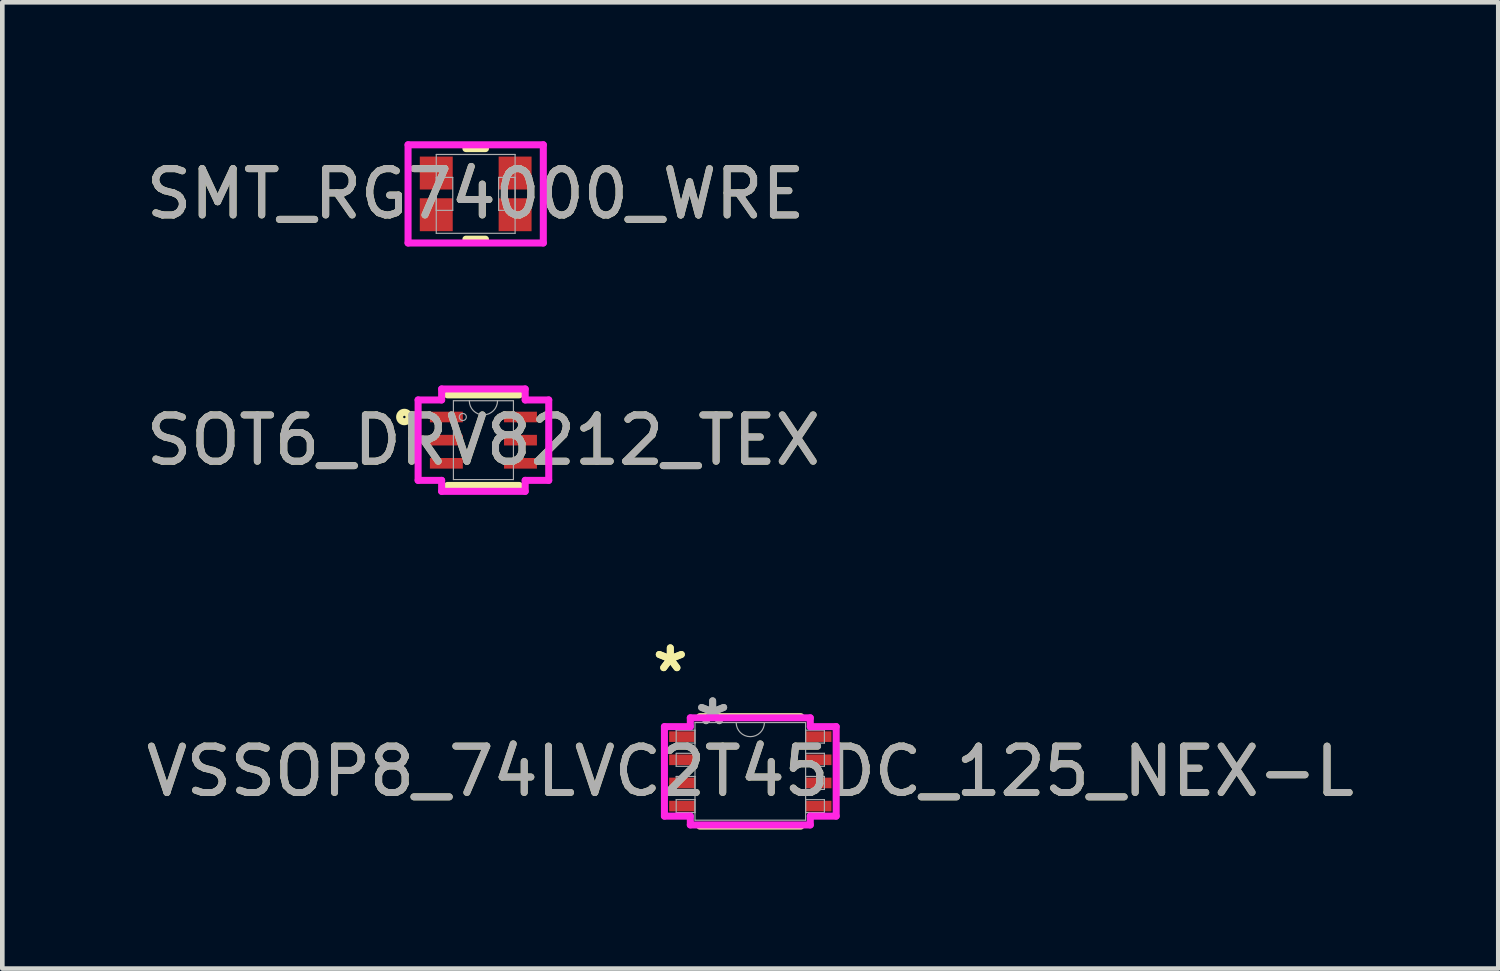
<source format=kicad_pcb>
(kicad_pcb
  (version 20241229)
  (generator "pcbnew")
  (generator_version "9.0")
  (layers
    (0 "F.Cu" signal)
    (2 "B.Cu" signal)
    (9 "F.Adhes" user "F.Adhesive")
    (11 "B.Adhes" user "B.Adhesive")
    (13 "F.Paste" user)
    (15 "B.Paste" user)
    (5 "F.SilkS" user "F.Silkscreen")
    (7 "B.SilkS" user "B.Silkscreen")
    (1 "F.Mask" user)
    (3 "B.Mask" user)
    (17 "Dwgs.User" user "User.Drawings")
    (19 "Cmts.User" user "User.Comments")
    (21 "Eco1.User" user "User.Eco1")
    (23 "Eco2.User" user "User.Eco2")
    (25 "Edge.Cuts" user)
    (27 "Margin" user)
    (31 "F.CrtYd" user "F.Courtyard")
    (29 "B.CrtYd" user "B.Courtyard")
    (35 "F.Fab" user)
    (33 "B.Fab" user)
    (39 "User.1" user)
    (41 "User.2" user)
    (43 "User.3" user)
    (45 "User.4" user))
  (footprint "SMT_RG74000_WRE"
    (layer "F.Cu")
    (at 7.22 1.136)
    (property "Reference" "SMT_RG74000_WRE" (at 0 0 0) (unlocked yes) (layer "F.SilkS") (effects (font (size 1 1) (thickness 0.15))))
    (attr smd)
    (fp_line (start -0.211 0.978) (end 0.211 0.978) (stroke (width 0.152) (type solid)) (layer "F.SilkS"))
    (fp_line (start 0.211 -0.978) (end -0.211 -0.978) (stroke (width 0.152) (type solid)) (layer "F.SilkS"))
    (fp_line (start -1.46 -1.06) (end 1.46 -1.06) (stroke (width 0.152) (type solid)) (layer "F.CrtYd"))
    (fp_line (start -1.46 1.06) (end -1.46 -1.06) (stroke (width 0.152) (type solid)) (layer "F.CrtYd"))
    (fp_line (start 1.46 -1.06) (end 1.46 1.06) (stroke (width 0.152) (type solid)) (layer "F.CrtYd"))
    (fp_line (start 1.46 1.06) (end -1.46 1.06) (stroke (width 0.152) (type solid)) (layer "F.CrtYd"))
    (fp_line (start -0.851 -0.851) (end -0.851 0.851) (stroke (width 0.025) (type solid)) (layer "F.Fab"))
    (fp_line (start -0.851 -0.356) (end -0.851 0.356) (stroke (width 0.025) (type solid)) (layer "F.Fab"))
    (fp_line (start -0.851 0.356) (end -0.495 0.356) (stroke (width 0.025) (type solid)) (layer "F.Fab"))
    (fp_line (start -0.851 0.851) (end 0.851 0.851) (stroke (width 0.025) (type solid)) (layer "F.Fab"))
    (fp_line (start -0.495 -0.356) (end -0.851 -0.356) (stroke (width 0.025) (type solid)) (layer "F.Fab"))
    (fp_line (start -0.495 0.356) (end -0.495 -0.356) (stroke (width 0.025) (type solid)) (layer "F.Fab"))
    (fp_line (start 0.495 -0.356) (end 0.495 0.356) (stroke (width 0.025) (type solid)) (layer "F.Fab"))
    (fp_line (start 0.495 0.356) (end 0.851 0.356) (stroke (width 0.025) (type solid)) (layer "F.Fab"))
    (fp_line (start 0.851 -0.851) (end -0.851 -0.851) (stroke (width 0.025) (type solid)) (layer "F.Fab"))
    (fp_line (start 0.851 -0.356) (end 0.495 -0.356) (stroke (width 0.025) (type solid)) (layer "F.Fab"))
    (fp_line (start 0.851 0.356) (end 0.851 -0.356) (stroke (width 0.025) (type solid)) (layer "F.Fab"))
    (fp_line (start 0.851 0.851) (end 0.851 -0.851) (stroke (width 0.025) (type solid)) (layer "F.Fab"))
    (fp_circle (center -0.724 -0.45) (end -0.724 -0.45) (stroke (width 0.025) (type solid)) (fill no) (layer "F.Fab"))
    (fp_text user "${REFERENCE}" (at 0 0 0) (unlocked yes) (layer "F.Fab") (effects (font (size 1 1) (thickness 0.15))))
    (pad "1" smd rect (at -0.851 -0.45) (size 0.711 0.711) (layers "F.Cu" "F.Mask" "F.Paste"))
    (pad "2" smd rect (at -0.851 0.45) (size 0.711 0.711) (layers "F.Cu" "F.Mask" "F.Paste"))
    (pad "3" smd rect (at 0.851 0.45) (size 0.711 0.711) (layers "F.Cu" "F.Mask" "F.Paste"))
    (pad "4" smd rect (at 0.851 -0.45) (size 0.711 0.711) (layers "F.Cu" "F.Mask" "F.Paste"))
    (zone (net_name "") (layer "F.Cu") (hatch full 0.508) (connect_pads) (min_thickness 0.254) (filled_areas_thickness no) (keepout (tracks not_allowed) (vias not_allowed) (pads allowed) (copperpour not_allowed) (footprints allowed)) (placement (enabled no)) (fill) (polygon (pts (xy 6.776 0.336) (xy 7.665 0.336) (xy 7.665 1.936) (xy 6.776 1.936)))))
  (footprint "VSSOP8_74LVC2T45DC_125_NEX-L"
    (layer "F.Cu")
    (at 13.149 13.604)
    (property "Reference" "VSSOP8_74LVC2T45DC_125_NEX-L" (at 0 0 0) (unlocked yes) (layer "F.SilkS") (effects (font (size 1 1) (thickness 0.15))))
    (attr smd)
    (fp_line (start -1.091 1.181) (end 1.091 1.181) (stroke (width 0.152) (type solid)) (layer "F.SilkS"))
    (fp_line (start 1.091 -1.181) (end -1.091 -1.181) (stroke (width 0.152) (type solid)) (layer "F.SilkS"))
    (fp_line (start -1.854 -0.966) (end -1.295 -0.966) (stroke (width 0.152) (type solid)) (layer "F.CrtYd"))
    (fp_line (start -1.854 0.966) (end -1.854 -0.966) (stroke (width 0.152) (type solid)) (layer "F.CrtYd"))
    (fp_line (start -1.854 0.966) (end -1.295 0.966) (stroke (width 0.152) (type solid)) (layer "F.CrtYd"))
    (fp_line (start -1.295 -1.156) (end 1.295 -1.156) (stroke (width 0.152) (type solid)) (layer "F.CrtYd"))
    (fp_line (start -1.295 -0.966) (end -1.295 -1.156) (stroke (width 0.152) (type solid)) (layer "F.CrtYd"))
    (fp_line (start -1.295 1.156) (end -1.295 0.966) (stroke (width 0.152) (type solid)) (layer "F.CrtYd"))
    (fp_line (start 1.295 -1.156) (end 1.295 -0.966) (stroke (width 0.152) (type solid)) (layer "F.CrtYd"))
    (fp_line (start 1.295 0.966) (end 1.295 1.156) (stroke (width 0.152) (type solid)) (layer "F.CrtYd"))
    (fp_line (start 1.295 1.156) (end -1.295 1.156) (stroke (width 0.152) (type solid)) (layer "F.CrtYd"))
    (fp_line (start 1.854 -0.966) (end 1.295 -0.966) (stroke (width 0.152) (type solid)) (layer "F.CrtYd"))
    (fp_line (start 1.854 -0.966) (end 1.854 0.966) (stroke (width 0.152) (type solid)) (layer "F.CrtYd"))
    (fp_line (start 1.854 0.966) (end 1.295 0.966) (stroke (width 0.152) (type solid)) (layer "F.CrtYd"))
    (fp_line (start -1.6 -0.89) (end -1.6 -0.61) (stroke (width 0.025) (type solid)) (layer "F.Fab"))
    (fp_line (start -1.6 -0.61) (end -1.194 -0.61) (stroke (width 0.025) (type solid)) (layer "F.Fab"))
    (fp_line (start -1.6 -0.39) (end -1.6 -0.11) (stroke (width 0.025) (type solid)) (layer "F.Fab"))
    (fp_line (start -1.6 -0.11) (end -1.194 -0.11) (stroke (width 0.025) (type solid)) (layer "F.Fab"))
    (fp_line (start -1.6 0.11) (end -1.6 0.39) (stroke (width 0.025) (type solid)) (layer "F.Fab"))
    (fp_line (start -1.6 0.39) (end -1.194 0.39) (stroke (width 0.025) (type solid)) (layer "F.Fab"))
    (fp_line (start -1.6 0.61) (end -1.6 0.89) (stroke (width 0.025) (type solid)) (layer "F.Fab"))
    (fp_line (start -1.6 0.89) (end -1.194 0.89) (stroke (width 0.025) (type solid)) (layer "F.Fab"))
    (fp_line (start -1.194 -1.054) (end -1.194 1.054) (stroke (width 0.025) (type solid)) (layer "F.Fab"))
    (fp_line (start -1.194 -0.89) (end -1.6 -0.89) (stroke (width 0.025) (type solid)) (layer "F.Fab"))
    (fp_line (start -1.194 -0.61) (end -1.194 -0.89) (stroke (width 0.025) (type solid)) (layer "F.Fab"))
    (fp_line (start -1.194 -0.39) (end -1.6 -0.39) (stroke (width 0.025) (type solid)) (layer "F.Fab"))
    (fp_line (start -1.194 -0.11) (end -1.194 -0.39) (stroke (width 0.025) (type solid)) (layer "F.Fab"))
    (fp_line (start -1.194 0.11) (end -1.6 0.11) (stroke (width 0.025) (type solid)) (layer "F.Fab"))
    (fp_line (start -1.194 0.39) (end -1.194 0.11) (stroke (width 0.025) (type solid)) (layer "F.Fab"))
    (fp_line (start -1.194 0.61) (end -1.6 0.61) (stroke (width 0.025) (type solid)) (layer "F.Fab"))
    (fp_line (start -1.194 0.89) (end -1.194 0.61) (stroke (width 0.025) (type solid)) (layer "F.Fab"))
    (fp_line (start -1.194 1.054) (end 1.194 1.054) (stroke (width 0.025) (type solid)) (layer "F.Fab"))
    (fp_line (start 1.194 -1.054) (end -1.194 -1.054) (stroke (width 0.025) (type solid)) (layer "F.Fab"))
    (fp_line (start 1.194 -0.89) (end 1.194 -0.61) (stroke (width 0.025) (type solid)) (layer "F.Fab"))
    (fp_line (start 1.194 -0.61) (end 1.6 -0.61) (stroke (width 0.025) (type solid)) (layer "F.Fab"))
    (fp_line (start 1.194 -0.39) (end 1.194 -0.11) (stroke (width 0.025) (type solid)) (layer "F.Fab"))
    (fp_line (start 1.194 -0.11) (end 1.6 -0.11) (stroke (width 0.025) (type solid)) (layer "F.Fab"))
    (fp_line (start 1.194 0.11) (end 1.194 0.39) (stroke (width 0.025) (type solid)) (layer "F.Fab"))
    (fp_line (start 1.194 0.39) (end 1.6 0.39) (stroke (width 0.025) (type solid)) (layer "F.Fab"))
    (fp_line (start 1.194 0.61) (end 1.194 0.89) (stroke (width 0.025) (type solid)) (layer "F.Fab"))
    (fp_line (start 1.194 0.89) (end 1.6 0.89) (stroke (width 0.025) (type solid)) (layer "F.Fab"))
    (fp_line (start 1.194 1.054) (end 1.194 -1.054) (stroke (width 0.025) (type solid)) (layer "F.Fab"))
    (fp_line (start 1.6 -0.89) (end 1.194 -0.89) (stroke (width 0.025) (type solid)) (layer "F.Fab"))
    (fp_line (start 1.6 -0.61) (end 1.6 -0.89) (stroke (width 0.025) (type solid)) (layer "F.Fab"))
    (fp_line (start 1.6 -0.39) (end 1.194 -0.39) (stroke (width 0.025) (type solid)) (layer "F.Fab"))
    (fp_line (start 1.6 -0.11) (end 1.6 -0.39) (stroke (width 0.025) (type solid)) (layer "F.Fab"))
    (fp_line (start 1.6 0.11) (end 1.194 0.11) (stroke (width 0.025) (type solid)) (layer "F.Fab"))
    (fp_line (start 1.6 0.39) (end 1.6 0.11) (stroke (width 0.025) (type solid)) (layer "F.Fab"))
    (fp_line (start 1.6 0.61) (end 1.194 0.61) (stroke (width 0.025) (type solid)) (layer "F.Fab"))
    (fp_line (start 1.6 0.89) (end 1.6 0.61) (stroke (width 0.025) (type solid)) (layer "F.Fab"))
    (fp_arc (start 0.3048 -1.0541) (mid 0 -0.7493) (end -0.3048 -1.0541) (stroke (width 0.0254) (type solid)) (layer "F.Fab"))
    (fp_text user "*" (at -1.727 -2.122 0) (layer "F.SilkS") (effects (font (size 1 1) (thickness 0.15))))
    (fp_text user "*" (at -1.727 -2.122 0) (unlocked yes) (layer "F.SilkS") (effects (font (size 1 1) (thickness 0.15))))
    (fp_text user "${REFERENCE}" (at 0 0 0) (unlocked yes) (layer "F.Fab") (effects (font (size 1 1) (thickness 0.15))))
    (fp_text user "*" (at -0.813 -0.978 0) (unlocked yes) (layer "F.Fab") (effects (font (size 1 1) (thickness 0.15))))
    (fp_text user "*" (at -0.813 -0.978 0) (layer "F.Fab") (effects (font (size 1 1) (thickness 0.15))))
    (pad "1" smd rect (at -1.473 -0.75) (size 0.559 0.229) (layers "F.Cu" "F.Mask" "F.Paste"))
    (pad "2" smd rect (at -1.473 -0.25) (size 0.559 0.229) (layers "F.Cu" "F.Mask" "F.Paste"))
    (pad "3" smd rect (at -1.473 0.25) (size 0.559 0.229) (layers "F.Cu" "F.Mask" "F.Paste"))
    (pad "4" smd rect (at -1.473 0.75) (size 0.559 0.229) (layers "F.Cu" "F.Mask" "F.Paste"))
    (pad "5" smd rect (at 1.473 0.75) (size 0.559 0.229) (layers "F.Cu" "F.Mask" "F.Paste"))
    (pad "6" smd rect (at 1.473 0.25) (size 0.559 0.229) (layers "F.Cu" "F.Mask" "F.Paste"))
    (pad "7" smd rect (at 1.473 -0.25) (size 0.559 0.229) (layers "F.Cu" "F.Mask" "F.Paste"))
    (pad "8" smd rect (at 1.473 -0.75) (size 0.559 0.229) (layers "F.Cu" "F.Mask" "F.Paste")))
  (footprint "SOT6_DRV8212_TEX"
    (layer "F.Cu")
    (at 7.387 6.453)
    (property "Reference" "SOT6_DRV8212_TEX" (at 0 0 0) (unlocked yes) (layer "F.SilkS") (effects (font (size 1 1) (thickness 0.15))))
    (attr smd)
    (fp_line (start -0.775 0.978) (end 0.775 0.978) (stroke (width 0.152) (type solid)) (layer "F.SilkS"))
    (fp_line (start 0.775 -0.978) (end -0.775 -0.978) (stroke (width 0.152) (type solid)) (layer "F.SilkS"))
    (fp_circle (center -1.707 -0.5) (end -1.605 -0.5) (stroke (width 0.152) (type solid)) (fill no) (layer "F.SilkS"))
    (fp_line (start -1.41 -0.868) (end -0.902 -0.868) (stroke (width 0.152) (type solid)) (layer "F.CrtYd"))
    (fp_line (start -1.41 0.868) (end -1.41 -0.868) (stroke (width 0.152) (type solid)) (layer "F.CrtYd"))
    (fp_line (start -1.41 0.868) (end -0.902 0.868) (stroke (width 0.152) (type solid)) (layer "F.CrtYd"))
    (fp_line (start -0.902 -1.105) (end 0.902 -1.105) (stroke (width 0.152) (type solid)) (layer "F.CrtYd"))
    (fp_line (start -0.902 -0.868) (end -0.902 -1.105) (stroke (width 0.152) (type solid)) (layer "F.CrtYd"))
    (fp_line (start -0.902 1.105) (end -0.902 0.868) (stroke (width 0.152) (type solid)) (layer "F.CrtYd"))
    (fp_line (start 0.902 -1.105) (end 0.902 -0.868) (stroke (width 0.152) (type solid)) (layer "F.CrtYd"))
    (fp_line (start 0.902 0.868) (end 0.902 1.105) (stroke (width 0.152) (type solid)) (layer "F.CrtYd"))
    (fp_line (start 0.902 1.105) (end -0.902 1.105) (stroke (width 0.152) (type solid)) (layer "F.CrtYd"))
    (fp_line (start 1.41 -0.868) (end 0.902 -0.868) (stroke (width 0.152) (type solid)) (layer "F.CrtYd"))
    (fp_line (start 1.41 -0.868) (end 1.41 0.868) (stroke (width 0.152) (type solid)) (layer "F.CrtYd"))
    (fp_line (start 1.41 0.868) (end 0.902 0.868) (stroke (width 0.152) (type solid)) (layer "F.CrtYd"))
    (fp_line (start -0.648 -0.851) (end -0.648 0.851) (stroke (width 0.025) (type solid)) (layer "F.Fab"))
    (fp_line (start -0.648 0.851) (end 0.648 0.851) (stroke (width 0.025) (type solid)) (layer "F.Fab"))
    (fp_line (start 0.648 -0.851) (end -0.648 -0.851) (stroke (width 0.025) (type solid)) (layer "F.Fab"))
    (fp_line (start 0.648 0.851) (end 0.648 -0.851) (stroke (width 0.025) (type solid)) (layer "F.Fab"))
    (fp_arc (start 0.3048 -0.8509) (mid 0 -0.5461) (end -0.3048 -0.8509) (stroke (width 0.0254) (type solid)) (layer "F.Fab"))
    (fp_circle (center -0.445 -0.5) (end -0.368 -0.5) (stroke (width 0.025) (type solid)) (fill no) (layer "F.Fab"))
    (fp_text user "${REFERENCE}" (at 0 0 0) (unlocked yes) (layer "F.Fab") (effects (font (size 1 1) (thickness 0.15))))
    (pad "1" smd rect (at -0.8 -0.5) (size 0.711 0.229) (layers "F.Cu" "F.Mask" "F.Paste"))
    (pad "2" smd rect (at -0.8 0) (size 0.711 0.229) (layers "F.Cu" "F.Mask" "F.Paste"))
    (pad "3" smd rect (at -0.8 0.5) (size 0.711 0.229) (layers "F.Cu" "F.Mask" "F.Paste"))
    (pad "4" smd rect (at 0.8 0.5) (size 0.711 0.229) (layers "F.Cu" "F.Mask" "F.Paste"))
    (pad "5" smd rect (at 0.8 0) (size 0.711 0.229) (layers "F.Cu" "F.Mask" "F.Paste"))
    (pad "6" smd rect (at 0.8 -0.5) (size 0.711 0.229) (layers "F.Cu" "F.Mask" "F.Paste")))
  (gr_rect
    (start -3 -3)
    (end 29.298 17.861)
    (stroke (width 0.1) (type default))
    (fill no)
    (layer "Edge.Cuts")))
</source>
